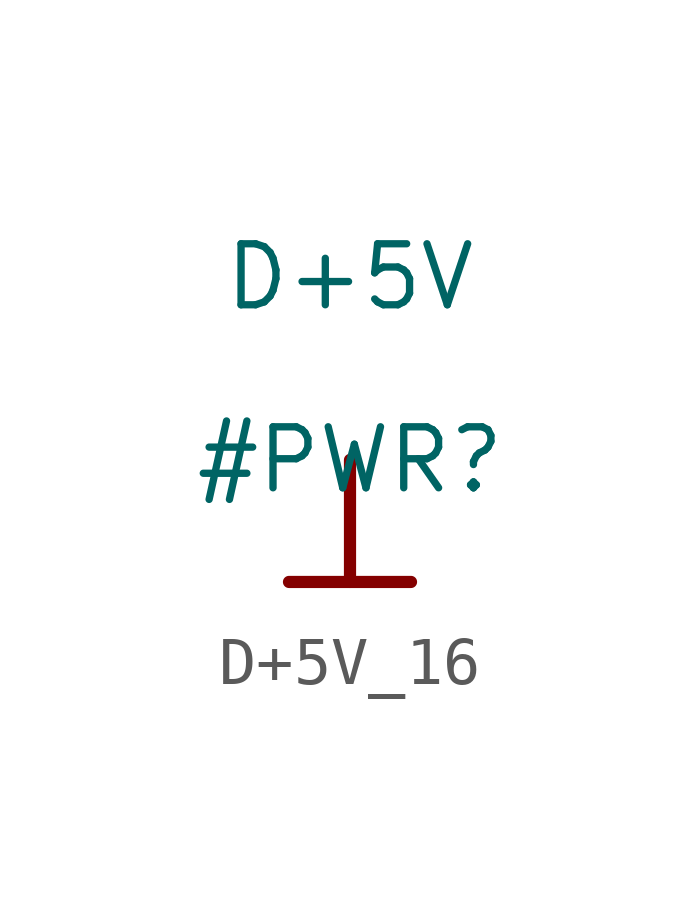
<source format=kicad_sym>
(kicad_symbol_lib
  (version 20241209)
  (generator "kicad_symbol_editor")
  (generator_version "9.0")
  (symbol "D+5V_16"
    (power)
    (property "Reference" "#PWR"
      (at 0 0 0)
      (effects (font (size 1.27 1.27))))
    (property "Value" "D+5V"
      (at 0 3.81 0)
      (effects (font (size 1.27 1.27))))
    (symbol "D+5V_16_0_0"
      (polyline (pts (xy -1.27 -2.54) (xy 1.27 -2.54)) (stroke (width 0.254) (type solid)) (fill (type none)))
      (polyline (pts (xy 0 0) (xy 0 -2.54)) (stroke (width 0.254) (type solid)) (fill (type none))))
    (symbol "D+5V_16_1_0"
      (pin power_out line (at 0 0 0) (length 0) (hide yes) (name "D+5V" (effects (font (size 1.27 1.27)))) (number "" (effects (font (size 1.27 1.27))))))))
</source>
